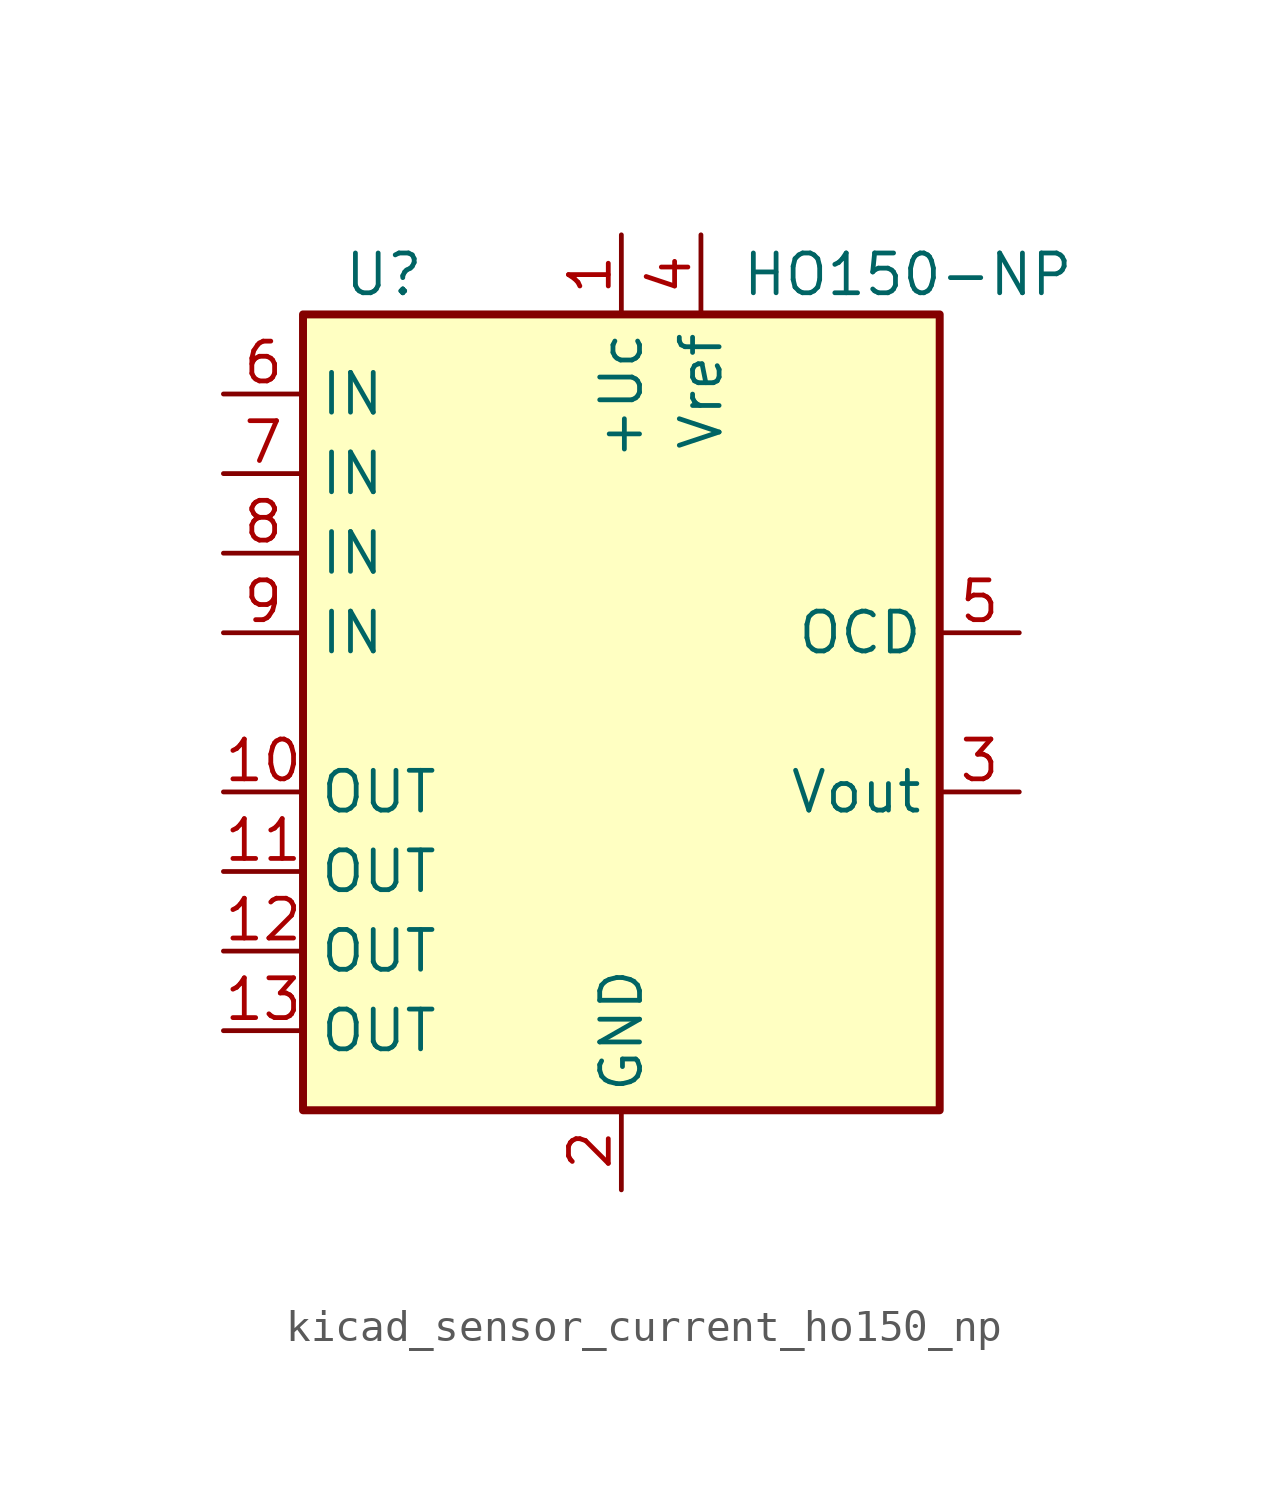
<source format=kicad_sym>
(kicad_symbol_lib
  (version 20220914)
  (generator kicad_symbol_editor)
  (symbol "kicad_sensor_current_ho150_np"
    (property "Reference" "U"
      (at -8.89 13.97 0)
      (effects (font (size 1.27 1.27)) (justify left)))
    (property "Value" "HO150-NP"
      (at 3.81 13.97 0)
      (effects (font (size 1.27 1.27)) (justify left)))
    (symbol "kicad_sensor_current_ho150_np_0_1"
      (rectangle (start -10.16 12.7) (end 10.16 -12.7) (stroke (width 0.254) (type default)) (fill (type background))))
    (symbol "kicad_sensor_current_ho150_np_1_1"
      (pin power_in line (at 0 15.24 270) (length 2.54) (name "+Uc" (effects (font (size 1.27 1.27)))) (number "1" (effects (font (size 1.27 1.27)))))
      (pin passive line (at -12.7 -2.54 0) (length 2.54) (name "OUT" (effects (font (size 1.27 1.27)))) (number "10" (effects (font (size 1.27 1.27)))))
      (pin passive line (at -12.7 -5.08 0) (length 2.54) (name "OUT" (effects (font (size 1.27 1.27)))) (number "11" (effects (font (size 1.27 1.27)))))
      (pin passive line (at -12.7 -7.62 0) (length 2.54) (name "OUT" (effects (font (size 1.27 1.27)))) (number "12" (effects (font (size 1.27 1.27)))))
      (pin passive line (at -12.7 -10.16 0) (length 2.54) (name "OUT" (effects (font (size 1.27 1.27)))) (number "13" (effects (font (size 1.27 1.27)))))
      (pin power_in line (at 0 -15.24 90) (length 2.54) (name "GND" (effects (font (size 1.27 1.27)))) (number "2" (effects (font (size 1.27 1.27)))))
      (pin output line (at 12.7 -2.54 180) (length 2.54) (name "Vout" (effects (font (size 1.27 1.27)))) (number "3" (effects (font (size 1.27 1.27)))))
      (pin passive line (at 2.54 15.24 270) (length 2.54) (name "Vref" (effects (font (size 1.27 1.27)))) (number "4" (effects (font (size 1.27 1.27)))))
      (pin open_collector line (at 12.7 2.54 180) (length 2.54) (name "OCD" (effects (font (size 1.27 1.27)))) (number "5" (effects (font (size 1.27 1.27)))))
      (pin passive line (at -12.7 10.16 0) (length 2.54) (name "IN" (effects (font (size 1.27 1.27)))) (number "6" (effects (font (size 1.27 1.27)))))
      (pin passive line (at -12.7 7.62 0) (length 2.54) (name "IN" (effects (font (size 1.27 1.27)))) (number "7" (effects (font (size 1.27 1.27)))))
      (pin passive line (at -12.7 5.08 0) (length 2.54) (name "IN" (effects (font (size 1.27 1.27)))) (number "8" (effects (font (size 1.27 1.27)))))
      (pin passive line (at -12.7 2.54 0) (length 2.54) (name "IN" (effects (font (size 1.27 1.27)))) (number "9" (effects (font (size 1.27 1.27))))))))
</source>
